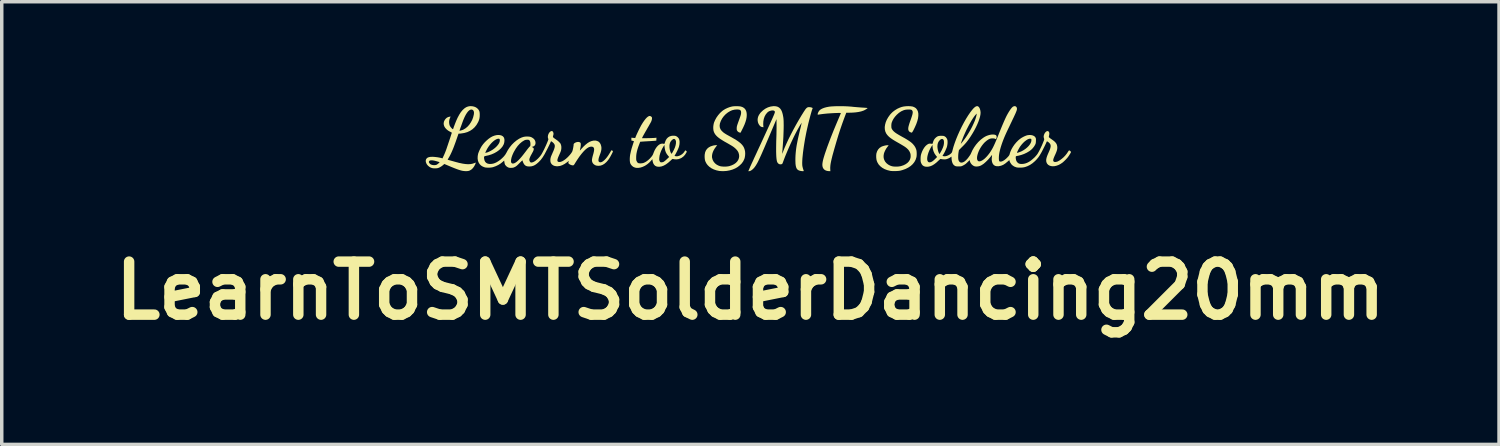
<source format=kicad_pcb>
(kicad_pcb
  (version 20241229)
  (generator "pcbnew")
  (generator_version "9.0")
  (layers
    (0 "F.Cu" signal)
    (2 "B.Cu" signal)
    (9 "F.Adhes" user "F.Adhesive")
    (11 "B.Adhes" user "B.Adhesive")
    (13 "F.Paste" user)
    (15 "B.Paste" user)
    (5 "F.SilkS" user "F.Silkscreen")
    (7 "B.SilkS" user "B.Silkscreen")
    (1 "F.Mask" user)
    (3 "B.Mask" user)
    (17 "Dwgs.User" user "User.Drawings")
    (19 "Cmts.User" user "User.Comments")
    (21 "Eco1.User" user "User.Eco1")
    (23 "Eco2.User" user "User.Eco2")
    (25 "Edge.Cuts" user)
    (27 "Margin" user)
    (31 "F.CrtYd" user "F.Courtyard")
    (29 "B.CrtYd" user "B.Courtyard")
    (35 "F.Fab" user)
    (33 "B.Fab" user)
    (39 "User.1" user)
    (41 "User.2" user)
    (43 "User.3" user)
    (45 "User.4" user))
  (footprint "LearnToSMTSolderDancing20mm"
    (layer "F.Cu")
    (at 18.513 5.302)
    (property "Reference" "LearnToSMTSolderDancing20mm" (at 0 0 0) (layer "F.SilkS") (effects (font (size 1.524 1.524) (thickness 0.3))))
    (attr board_only exclude_from_pos_files exclude_from_bom)
    (fp_poly (pts (xy 2.626 -5.301) (xy 2.707 -5.299) (xy 2.785 -5.296) (xy 2.857 -5.291) (xy 2.907 -5.287) (xy 2.951 -5.282) (xy 3.006 -5.277) (xy 3.066 -5.272) (xy 3.129 -5.267) (xy 3.189 -5.262) (xy 3.245 -5.259) (xy 3.285 -5.256) (xy 3.316 -5.254) (xy 3.342 -5.252) (xy 3.36 -5.249) (xy 3.367 -5.247) (xy 3.367 -5.247) (xy 3.361 -5.239) (xy 3.347 -5.228) (xy 3.326 -5.214) (xy 3.301 -5.199) (xy 3.276 -5.185) (xy 3.252 -5.174) (xy 3.247 -5.172) (xy 3.184 -5.151) (xy 3.11 -5.135) (xy 3.027 -5.123) (xy 2.938 -5.116) (xy 2.844 -5.113) (xy 2.756 -5.113) (xy 2.707 -4.985) (xy 2.648 -4.824) (xy 2.588 -4.651) (xy 2.528 -4.466) (xy 2.468 -4.267) (xy 2.408 -4.06) (xy 2.382 -3.966) (xy 2.359 -3.884) (xy 2.341 -3.812) (xy 2.326 -3.749) (xy 2.314 -3.693) (xy 2.305 -3.645) (xy 2.299 -3.602) (xy 2.296 -3.564) (xy 2.294 -3.529) (xy 2.295 -3.495) (xy 2.295 -3.495) (xy 2.298 -3.433) (xy 2.264 -3.434) (xy 2.237 -3.436) (xy 2.206 -3.441) (xy 2.193 -3.444) (xy 2.151 -3.46) (xy 2.119 -3.483) (xy 2.101 -3.504) (xy 2.087 -3.527) (xy 2.077 -3.552) (xy 2.071 -3.581) (xy 2.068 -3.613) (xy 2.07 -3.651) (xy 2.076 -3.694) (xy 2.086 -3.744) (xy 2.101 -3.802) (xy 2.121 -3.869) (xy 2.145 -3.945) (xy 2.175 -4.031) (xy 2.204 -4.116) (xy 2.237 -4.205) (xy 2.271 -4.296) (xy 2.307 -4.39) (xy 2.346 -4.489) (xy 2.388 -4.595) (xy 2.435 -4.708) (xy 2.486 -4.83) (xy 2.542 -4.962) (xy 2.554 -4.991) (xy 2.569 -5.026) (xy 2.582 -5.057) (xy 2.592 -5.082) (xy 2.598 -5.098) (xy 2.6 -5.104) (xy 2.594 -5.105) (xy 2.576 -5.106) (xy 2.548 -5.106) (xy 2.513 -5.106) (xy 2.472 -5.105) (xy 2.427 -5.103) (xy 2.379 -5.101) (xy 2.331 -5.098) (xy 2.285 -5.095) (xy 2.242 -5.092) (xy 2.212 -5.09) (xy 2.162 -5.085) (xy 2.111 -5.08) (xy 2.062 -5.074) (xy 2.018 -5.068) (xy 1.981 -5.063) (xy 1.954 -5.058) (xy 1.948 -5.057) (xy 1.937 -5.056) (xy 1.934 -5.064) (xy 1.933 -5.072) (xy 1.938 -5.095) (xy 1.95 -5.124) (xy 1.966 -5.153) (xy 1.986 -5.179) (xy 1.99 -5.183) (xy 2.024 -5.21) (xy 2.07 -5.234) (xy 2.124 -5.255) (xy 2.186 -5.272) (xy 2.254 -5.285) (xy 2.267 -5.287) (xy 2.323 -5.293) (xy 2.39 -5.297) (xy 2.465 -5.3) (xy 2.544 -5.301)) (stroke (width 0) (type solid)) (fill yes) (layer "F.SilkS"))
    (fp_poly (pts (xy -0.344 -5.299) (xy -0.305 -5.296) (xy -0.274 -5.291) (xy -0.27 -5.29) (xy -0.218 -5.271) (xy -0.176 -5.243) (xy -0.144 -5.207) (xy -0.121 -5.162) (xy -0.108 -5.108) (xy -0.104 -5.05) (xy -0.108 -4.987) (xy -0.12 -4.92) (xy -0.141 -4.848) (xy -0.17 -4.77) (xy -0.209 -4.684) (xy -0.225 -4.652) (xy -0.282 -4.539) (xy -0.306 -4.542) (xy -0.338 -4.554) (xy -0.367 -4.578) (xy -0.378 -4.593) (xy -0.387 -4.61) (xy -0.392 -4.629) (xy -0.393 -4.657) (xy -0.393 -4.659) (xy -0.393 -4.68) (xy -0.391 -4.699) (xy -0.388 -4.72) (xy -0.382 -4.743) (xy -0.373 -4.772) (xy -0.361 -4.807) (xy -0.345 -4.852) (xy -0.33 -4.893) (xy -0.311 -4.946) (xy -0.296 -4.989) (xy -0.284 -5.023) (xy -0.276 -5.05) (xy -0.271 -5.073) (xy -0.268 -5.092) (xy -0.267 -5.11) (xy -0.267 -5.12) (xy -0.27 -5.152) (xy -0.28 -5.176) (xy -0.298 -5.192) (xy -0.326 -5.202) (xy -0.365 -5.206) (xy -0.384 -5.207) (xy -0.456 -5.201) (xy -0.523 -5.185) (xy -0.577 -5.162) (xy -0.646 -5.121) (xy -0.709 -5.071) (xy -0.765 -5.012) (xy -0.812 -4.947) (xy -0.849 -4.878) (xy -0.875 -4.806) (xy -0.877 -4.795) (xy -0.884 -4.74) (xy -0.878 -4.688) (xy -0.86 -4.64) (xy -0.828 -4.595) (xy -0.783 -4.552) (xy -0.772 -4.543) (xy -0.756 -4.532) (xy -0.74 -4.52) (xy -0.722 -4.509) (xy -0.7 -4.495) (xy -0.674 -4.48) (xy -0.64 -4.461) (xy -0.599 -4.438) (xy -0.548 -4.41) (xy -0.537 -4.404) (xy -0.456 -4.357) (xy -0.386 -4.314) (xy -0.328 -4.273) (xy -0.279 -4.233) (xy -0.24 -4.193) (xy -0.209 -4.153) (xy -0.185 -4.11) (xy -0.168 -4.065) (xy -0.156 -4.017) (xy -0.152 -3.992) (xy -0.149 -3.941) (xy -0.152 -3.886) (xy -0.16 -3.832) (xy -0.173 -3.785) (xy -0.174 -3.784) (xy -0.205 -3.718) (xy -0.248 -3.657) (xy -0.302 -3.603) (xy -0.364 -3.554) (xy -0.434 -3.513) (xy -0.512 -3.48) (xy -0.595 -3.456) (xy -0.683 -3.44) (xy -0.774 -3.434) (xy -0.79 -3.434) (xy -0.824 -3.435) (xy -0.857 -3.437) (xy -0.884 -3.439) (xy -0.897 -3.44) (xy -0.978 -3.458) (xy -1.053 -3.484) (xy -1.121 -3.518) (xy -1.18 -3.56) (xy -1.23 -3.609) (xy -1.269 -3.663) (xy -1.297 -3.723) (xy -1.301 -3.736) (xy -1.308 -3.768) (xy -1.313 -3.808) (xy -1.315 -3.851) (xy -1.314 -3.893) (xy -1.312 -3.915) (xy -1.3 -3.977) (xy -1.276 -4.032) (xy -1.242 -4.078) (xy -1.197 -4.116) (xy -1.142 -4.146) (xy -1.077 -4.167) (xy -1.069 -4.169) (xy -1.039 -4.175) (xy -1.009 -4.179) (xy -0.987 -4.18) (xy -0.953 -4.18) (xy -0.987 -4.138) (xy -1.03 -4.078) (xy -1.064 -4.017) (xy -1.088 -3.956) (xy -1.101 -3.897) (xy -1.104 -3.841) (xy -1.1 -3.816) (xy -1.083 -3.756) (xy -1.054 -3.703) (xy -1.015 -3.657) (xy -0.966 -3.619) (xy -0.909 -3.59) (xy -0.867 -3.576) (xy -0.827 -3.569) (xy -0.778 -3.565) (xy -0.726 -3.564) (xy -0.674 -3.567) (xy -0.626 -3.574) (xy -0.603 -3.579) (xy -0.533 -3.603) (xy -0.471 -3.633) (xy -0.419 -3.67) (xy -0.378 -3.712) (xy -0.348 -3.759) (xy -0.329 -3.811) (xy -0.322 -3.865) (xy -0.327 -3.914) (xy -0.342 -3.967) (xy -0.368 -4.016) (xy -0.407 -4.062) (xy -0.422 -4.077) (xy -0.444 -4.097) (xy -0.465 -4.115) (xy -0.489 -4.133) (xy -0.517 -4.152) (xy -0.551 -4.173) (xy -0.592 -4.197) (xy -0.641 -4.226) (xy -0.673 -4.244) (xy -0.75 -4.287) (xy -0.815 -4.327) (xy -0.871 -4.363) (xy -0.917 -4.397) (xy -0.955 -4.429) (xy -0.986 -4.461) (xy -1.012 -4.493) (xy -1.032 -4.526) (xy -1.047 -4.558) (xy -1.06 -4.599) (xy -1.066 -4.649) (xy -1.067 -4.704) (xy -1.061 -4.76) (xy -1.05 -4.813) (xy -1.046 -4.827) (xy -1.016 -4.899) (xy -0.976 -4.972) (xy -0.927 -5.041) (xy -0.872 -5.105) (xy -0.813 -5.159) (xy -0.779 -5.185) (xy -0.72 -5.221) (xy -0.654 -5.252) (xy -0.586 -5.277) (xy -0.521 -5.293) (xy -0.514 -5.294) (xy -0.477 -5.298) (xy -0.434 -5.301) (xy -0.389 -5.301)) (stroke (width 0) (type solid)) (fill yes) (layer "F.SilkS"))
    (fp_poly (pts (xy 4.593 -5.3) (xy 4.646 -5.293) (xy 4.663 -5.29) (xy 4.693 -5.279) (xy 4.724 -5.264) (xy 4.751 -5.246) (xy 4.762 -5.236) (xy 4.793 -5.195) (xy 4.815 -5.146) (xy 4.826 -5.089) (xy 4.826 -5.025) (xy 4.817 -4.952) (xy 4.797 -4.873) (xy 4.767 -4.787) (xy 4.726 -4.694) (xy 4.687 -4.614) (xy 4.672 -4.587) (xy 4.658 -4.564) (xy 4.647 -4.548) (xy 4.642 -4.542) (xy 4.628 -4.542) (xy 4.608 -4.548) (xy 4.587 -4.558) (xy 4.568 -4.57) (xy 4.56 -4.578) (xy 4.547 -4.598) (xy 4.539 -4.619) (xy 4.536 -4.645) (xy 4.537 -4.675) (xy 4.543 -4.712) (xy 4.555 -4.757) (xy 4.571 -4.81) (xy 4.593 -4.874) (xy 4.6 -4.892) (xy 4.622 -4.954) (xy 4.639 -5.006) (xy 4.652 -5.048) (xy 4.66 -5.082) (xy 4.664 -5.11) (xy 4.665 -5.132) (xy 4.662 -5.15) (xy 4.659 -5.158) (xy 4.65 -5.177) (xy 4.636 -5.191) (xy 4.617 -5.2) (xy 4.59 -5.204) (xy 4.553 -5.205) (xy 4.527 -5.205) (xy 4.486 -5.202) (xy 4.455 -5.198) (xy 4.428 -5.192) (xy 4.405 -5.185) (xy 4.334 -5.153) (xy 4.268 -5.109) (xy 4.206 -5.054) (xy 4.158 -5.001) (xy 4.12 -4.95) (xy 4.089 -4.896) (xy 4.072 -4.857) (xy 4.061 -4.828) (xy 4.055 -4.804) (xy 4.052 -4.78) (xy 4.05 -4.749) (xy 4.05 -4.74) (xy 4.051 -4.708) (xy 4.052 -4.685) (xy 4.056 -4.668) (xy 4.063 -4.652) (xy 4.066 -4.647) (xy 4.081 -4.621) (xy 4.101 -4.596) (xy 4.125 -4.572) (xy 4.156 -4.546) (xy 4.194 -4.519) (xy 4.241 -4.49) (xy 4.297 -4.457) (xy 4.363 -4.42) (xy 4.436 -4.38) (xy 4.498 -4.343) (xy 4.549 -4.31) (xy 4.593 -4.28) (xy 4.63 -4.251) (xy 4.661 -4.222) (xy 4.67 -4.213) (xy 4.715 -4.158) (xy 4.747 -4.103) (xy 4.768 -4.046) (xy 4.77 -4.039) (xy 4.776 -4.001) (xy 4.779 -3.955) (xy 4.779 -3.907) (xy 4.776 -3.862) (xy 4.77 -3.83) (xy 4.747 -3.759) (xy 4.712 -3.695) (xy 4.665 -3.636) (xy 4.607 -3.583) (xy 4.538 -3.537) (xy 4.459 -3.497) (xy 4.369 -3.465) (xy 4.313 -3.45) (xy 4.282 -3.444) (xy 4.241 -3.44) (xy 4.194 -3.437) (xy 4.145 -3.436) (xy 4.097 -3.436) (xy 4.055 -3.438) (xy 4.021 -3.442) (xy 4.016 -3.443) (xy 3.932 -3.464) (xy 3.856 -3.493) (xy 3.79 -3.53) (xy 3.733 -3.575) (xy 3.686 -3.626) (xy 3.651 -3.684) (xy 3.633 -3.727) (xy 3.622 -3.772) (xy 3.616 -3.825) (xy 3.615 -3.879) (xy 3.619 -3.929) (xy 3.623 -3.949) (xy 3.643 -4.008) (xy 3.673 -4.059) (xy 3.713 -4.102) (xy 3.762 -4.134) (xy 3.765 -4.136) (xy 3.797 -4.149) (xy 3.835 -4.161) (xy 3.874 -4.171) (xy 3.911 -4.177) (xy 3.94 -4.179) (xy 3.941 -4.179) (xy 3.974 -4.177) (xy 3.937 -4.13) (xy 3.903 -4.083) (xy 3.874 -4.03) (xy 3.85 -3.977) (xy 3.836 -3.933) (xy 3.827 -3.872) (xy 3.83 -3.813) (xy 3.846 -3.758) (xy 3.872 -3.708) (xy 3.91 -3.663) (xy 3.957 -3.625) (xy 4.013 -3.594) (xy 4.068 -3.575) (xy 4.109 -3.568) (xy 4.159 -3.564) (xy 4.212 -3.564) (xy 4.265 -3.568) (xy 4.313 -3.576) (xy 4.327 -3.579) (xy 4.399 -3.603) (xy 4.461 -3.634) (xy 4.513 -3.671) (xy 4.554 -3.714) (xy 4.583 -3.762) (xy 4.601 -3.816) (xy 4.605 -3.853) (xy 4.604 -3.905) (xy 4.594 -3.952) (xy 4.573 -3.998) (xy 4.559 -4.02) (xy 4.542 -4.044) (xy 4.522 -4.066) (xy 4.498 -4.089) (xy 4.469 -4.113) (xy 4.434 -4.138) (xy 4.391 -4.165) (xy 4.339 -4.196) (xy 4.278 -4.232) (xy 4.237 -4.255) (xy 4.162 -4.298) (xy 4.098 -4.337) (xy 4.045 -4.373) (xy 4 -4.407) (xy 3.964 -4.44) (xy 3.934 -4.473) (xy 3.91 -4.506) (xy 3.9 -4.522) (xy 3.876 -4.577) (xy 3.863 -4.638) (xy 3.861 -4.703) (xy 3.871 -4.771) (xy 3.89 -4.841) (xy 3.92 -4.912) (xy 3.96 -4.982) (xy 4.009 -5.051) (xy 4.035 -5.082) (xy 4.089 -5.135) (xy 4.153 -5.184) (xy 4.223 -5.227) (xy 4.296 -5.26) (xy 4.354 -5.28) (xy 4.409 -5.292) (xy 4.47 -5.299) (xy 4.533 -5.302)) (stroke (width 0) (type solid)) (fill yes) (layer "F.SilkS"))
    (fp_poly (pts (xy -7.997 -5.3) (xy -7.997 -5.3) (xy -7.943 -5.289) (xy -7.9 -5.273) (xy -7.862 -5.25) (xy -7.835 -5.226) (xy -7.811 -5.198) (xy -7.795 -5.17) (xy -7.784 -5.14) (xy -7.779 -5.103) (xy -7.777 -5.057) (xy -7.777 -5.053) (xy -7.779 -4.998) (xy -7.786 -4.95) (xy -7.798 -4.905) (xy -7.817 -4.857) (xy -7.827 -4.837) (xy -7.871 -4.761) (xy -7.924 -4.695) (xy -7.985 -4.639) (xy -8.056 -4.592) (xy -8.134 -4.556) (xy -8.22 -4.531) (xy -8.313 -4.516) (xy -8.332 -4.514) (xy -8.388 -4.51) (xy -8.434 -4.377) (xy -8.47 -4.273) (xy -8.504 -4.181) (xy -8.535 -4.099) (xy -8.565 -4.027) (xy -8.593 -3.963) (xy -8.621 -3.905) (xy -8.648 -3.854) (xy -8.674 -3.809) (xy -8.686 -3.788) (xy -8.695 -3.772) (xy -8.699 -3.764) (xy -8.699 -3.763) (xy -8.692 -3.761) (xy -8.674 -3.755) (xy -8.647 -3.747) (xy -8.613 -3.738) (xy -8.575 -3.727) (xy -8.534 -3.716) (xy -8.492 -3.704) (xy -8.452 -3.693) (xy -8.416 -3.684) (xy -8.385 -3.675) (xy -8.361 -3.669) (xy -8.353 -3.668) (xy -8.264 -3.649) (xy -8.184 -3.638) (xy -8.114 -3.633) (xy -8.051 -3.636) (xy -7.995 -3.645) (xy -7.948 -3.66) (xy -7.923 -3.669) (xy -7.903 -3.676) (xy -7.892 -3.679) (xy -7.89 -3.679) (xy -7.891 -3.672) (xy -7.897 -3.656) (xy -7.905 -3.635) (xy -7.907 -3.63) (xy -7.938 -3.571) (xy -7.974 -3.521) (xy -8.015 -3.482) (xy -8.061 -3.454) (xy -8.089 -3.443) (xy -8.125 -3.436) (xy -8.17 -3.434) (xy -8.219 -3.436) (xy -8.27 -3.443) (xy -8.287 -3.446) (xy -8.328 -3.457) (xy -8.377 -3.472) (xy -8.435 -3.492) (xy -8.502 -3.518) (xy -8.58 -3.549) (xy -8.653 -3.58) (xy -8.795 -3.64) (xy -8.839 -3.602) (xy -8.867 -3.58) (xy -8.9 -3.559) (xy -8.93 -3.542) (xy -8.932 -3.541) (xy -8.958 -3.53) (xy -8.98 -3.522) (xy -9.003 -3.518) (xy -9.033 -3.515) (xy -9.046 -3.515) (xy -9.101 -3.515) (xy -9.148 -3.522) (xy -9.19 -3.538) (xy -9.225 -3.558) (xy -9.263 -3.589) (xy -9.293 -3.624) (xy -9.314 -3.662) (xy -9.325 -3.695) (xy -9.24 -3.695) (xy -9.235 -3.679) (xy -9.221 -3.659) (xy -9.202 -3.64) (xy -9.18 -3.625) (xy -9.176 -3.623) (xy -9.14 -3.612) (xy -9.1 -3.606) (xy -9.06 -3.607) (xy -9.025 -3.615) (xy -9.012 -3.62) (xy -8.999 -3.629) (xy -8.98 -3.643) (xy -8.961 -3.659) (xy -8.947 -3.67) (xy -8.937 -3.679) (xy -8.933 -3.686) (xy -8.937 -3.692) (xy -8.948 -3.697) (xy -8.968 -3.704) (xy -8.999 -3.713) (xy -9.036 -3.724) (xy -9.094 -3.738) (xy -9.143 -3.745) (xy -9.183 -3.745) (xy -9.212 -3.738) (xy -9.231 -3.723) (xy -9.239 -3.701) (xy -9.24 -3.695) (xy -9.325 -3.695) (xy -9.327 -3.701) (xy -9.329 -3.738) (xy -9.32 -3.772) (xy -9.316 -3.78) (xy -9.297 -3.805) (xy -9.271 -3.824) (xy -9.237 -3.836) (xy -9.195 -3.844) (xy -9.141 -3.846) (xy -9.103 -3.845) (xy -9.05 -3.84) (xy -8.992 -3.833) (xy -8.935 -3.823) (xy -8.884 -3.811) (xy -8.869 -3.807) (xy -8.848 -3.801) (xy -8.815 -3.872) (xy -8.799 -3.907) (xy -8.781 -3.949) (xy -8.763 -3.993) (xy -8.748 -4.033) (xy -8.739 -4.057) (xy -8.728 -4.089) (xy -8.715 -4.128) (xy -8.7 -4.172) (xy -8.684 -4.22) (xy -8.667 -4.27) (xy -8.65 -4.32) (xy -8.634 -4.369) (xy -8.619 -4.414) (xy -8.606 -4.455) (xy -8.595 -4.49) (xy -8.586 -4.516) (xy -8.581 -4.533) (xy -8.58 -4.539) (xy -8.586 -4.544) (xy -8.601 -4.552) (xy -8.622 -4.564) (xy -8.634 -4.569) (xy -8.682 -4.597) (xy -8.36 -4.597) (xy -8.354 -4.595) (xy -8.339 -4.598) (xy -8.318 -4.603) (xy -8.293 -4.611) (xy -8.268 -4.619) (xy -8.247 -4.628) (xy -8.243 -4.63) (xy -8.184 -4.666) (xy -8.128 -4.713) (xy -8.077 -4.77) (xy -8.033 -4.835) (xy -7.995 -4.905) (xy -7.967 -4.98) (xy -7.948 -5.056) (xy -7.944 -5.085) (xy -7.943 -5.125) (xy -7.951 -5.158) (xy -7.967 -5.184) (xy -7.989 -5.199) (xy -8.017 -5.205) (xy -8.044 -5.2) (xy -8.077 -5.183) (xy -8.11 -5.153) (xy -8.144 -5.11) (xy -8.178 -5.056) (xy -8.212 -4.99) (xy -8.245 -4.914) (xy -8.247 -4.909) (xy -8.254 -4.892) (xy -8.263 -4.867) (xy -8.275 -4.835) (xy -8.288 -4.798) (xy -8.302 -4.76) (xy -8.316 -4.721) (xy -8.33 -4.684) (xy -8.341 -4.651) (xy -8.351 -4.624) (xy -8.357 -4.606) (xy -8.36 -4.597) (xy -8.36 -4.597) (xy -8.682 -4.597) (xy -8.686 -4.599) (xy -8.731 -4.636) (xy -8.769 -4.677) (xy -8.793 -4.715) (xy -8.81 -4.763) (xy -8.814 -4.811) (xy -8.805 -4.858) (xy -8.783 -4.904) (xy -8.761 -4.934) (xy -8.726 -4.967) (xy -8.687 -4.988) (xy -8.646 -4.998) (xy -8.612 -5.002) (xy -8.63 -4.969) (xy -8.647 -4.923) (xy -8.657 -4.872) (xy -8.657 -4.82) (xy -8.649 -4.771) (xy -8.637 -4.736) (xy -8.625 -4.717) (xy -8.609 -4.695) (xy -8.591 -4.674) (xy -8.573 -4.656) (xy -8.558 -4.643) (xy -8.55 -4.64) (xy -8.543 -4.646) (xy -8.536 -4.66) (xy -8.534 -4.668) (xy -8.523 -4.702) (xy -8.507 -4.744) (xy -8.489 -4.792) (xy -8.469 -4.842) (xy -8.449 -4.891) (xy -8.429 -4.935) (xy -8.413 -4.97) (xy -8.367 -5.056) (xy -8.32 -5.129) (xy -8.271 -5.188) (xy -8.221 -5.235) (xy -8.169 -5.27) (xy -8.114 -5.292) (xy -8.057 -5.302)) (stroke (width 0) (type solid)) (fill yes) (layer "F.SilkS"))
    (fp_poly (pts (xy 0.731 -5.298) (xy 0.779 -5.286) (xy 0.82 -5.264) (xy 0.855 -5.233) (xy 0.885 -5.191) (xy 0.909 -5.138) (xy 0.928 -5.074) (xy 0.943 -4.998) (xy 0.948 -4.967) (xy 0.952 -4.927) (xy 0.955 -4.876) (xy 0.956 -4.815) (xy 0.957 -4.746) (xy 0.956 -4.67) (xy 0.954 -4.589) (xy 0.951 -4.505) (xy 0.948 -4.42) (xy 0.943 -4.335) (xy 0.938 -4.263) (xy 0.934 -4.206) (xy 0.93 -4.152) (xy 0.926 -4.101) (xy 0.923 -4.056) (xy 0.92 -4.019) (xy 0.918 -3.992) (xy 0.917 -3.98) (xy 0.915 -3.93) (xy 0.935 -3.983) (xy 0.98 -4.098) (xy 1.034 -4.22) (xy 1.094 -4.35) (xy 1.161 -4.484) (xy 1.233 -4.622) (xy 1.309 -4.761) (xy 1.348 -4.83) (xy 1.473 -4.83) (xy 1.477 -4.827) (xy 1.48 -4.83) (xy 1.477 -4.833) (xy 1.473 -4.83) (xy 1.348 -4.83) (xy 1.389 -4.901) (xy 1.471 -5.039) (xy 1.499 -5.083) (xy 1.531 -5.135) (xy 1.559 -5.177) (xy 1.581 -5.21) (xy 1.601 -5.234) (xy 1.618 -5.251) (xy 1.635 -5.263) (xy 1.651 -5.269) (xy 1.669 -5.273) (xy 1.686 -5.273) (xy 1.714 -5.272) (xy 1.741 -5.267) (xy 1.765 -5.26) (xy 1.782 -5.252) (xy 1.79 -5.244) (xy 1.789 -5.24) (xy 1.776 -5.207) (xy 1.761 -5.161) (xy 1.745 -5.106) (xy 1.727 -5.042) (xy 1.708 -4.971) (xy 1.688 -4.895) (xy 1.668 -4.816) (xy 1.649 -4.734) (xy 1.63 -4.651) (xy 1.612 -4.569) (xy 1.596 -4.49) (xy 1.591 -4.463) (xy 1.571 -4.36) (xy 1.554 -4.257) (xy 1.538 -4.157) (xy 1.524 -4.06) (xy 1.512 -3.969) (xy 1.503 -3.883) (xy 1.495 -3.804) (xy 1.491 -3.734) (xy 1.489 -3.673) (xy 1.49 -3.622) (xy 1.493 -3.584) (xy 1.493 -3.583) (xy 1.5 -3.551) (xy 1.509 -3.516) (xy 1.517 -3.489) (xy 1.525 -3.466) (xy 1.531 -3.448) (xy 1.533 -3.438) (xy 1.533 -3.438) (xy 1.527 -3.435) (xy 1.512 -3.433) (xy 1.489 -3.434) (xy 1.464 -3.437) (xy 1.439 -3.441) (xy 1.439 -3.441) (xy 1.402 -3.451) (xy 1.371 -3.466) (xy 1.346 -3.487) (xy 1.327 -3.514) (xy 1.313 -3.55) (xy 1.303 -3.594) (xy 1.296 -3.649) (xy 1.294 -3.716) (xy 1.293 -3.753) (xy 1.294 -3.822) (xy 1.297 -3.89) (xy 1.302 -3.957) (xy 1.309 -4.027) (xy 1.318 -4.099) (xy 1.33 -4.176) (xy 1.346 -4.259) (xy 1.364 -4.349) (xy 1.386 -4.447) (xy 1.411 -4.556) (xy 1.44 -4.673) (xy 1.45 -4.714) (xy 1.458 -4.751) (xy 1.465 -4.781) (xy 1.47 -4.803) (xy 1.471 -4.815) (xy 1.471 -4.816) (xy 1.467 -4.814) (xy 1.458 -4.801) (xy 1.444 -4.779) (xy 1.426 -4.75) (xy 1.405 -4.715) (xy 1.383 -4.675) (xy 1.359 -4.633) (xy 1.335 -4.588) (xy 1.311 -4.543) (xy 1.291 -4.505) (xy 1.25 -4.423) (xy 1.208 -4.334) (xy 1.164 -4.24) (xy 1.12 -4.143) (xy 1.078 -4.046) (xy 1.038 -3.951) (xy 1.001 -3.862) (xy 0.969 -3.78) (xy 0.95 -3.728) (xy 0.937 -3.693) (xy 0.928 -3.669) (xy 0.92 -3.653) (xy 0.914 -3.643) (xy 0.907 -3.638) (xy 0.898 -3.635) (xy 0.893 -3.633) (xy 0.856 -3.629) (xy 0.823 -3.638) (xy 0.796 -3.658) (xy 0.774 -3.688) (xy 0.763 -3.717) (xy 0.756 -3.751) (xy 0.75 -3.795) (xy 0.745 -3.851) (xy 0.742 -3.917) (xy 0.74 -3.995) (xy 0.74 -4.084) (xy 0.741 -4.186) (xy 0.743 -4.301) (xy 0.747 -4.423) (xy 0.749 -4.484) (xy 0.75 -4.549) (xy 0.751 -4.615) (xy 0.752 -4.679) (xy 0.752 -4.735) (xy 0.752 -4.779) (xy 0.75 -4.929) (xy 0.561 -4.483) (xy 0.511 -4.366) (xy 0.466 -4.261) (xy 0.426 -4.167) (xy 0.39 -4.083) (xy 0.357 -4.008) (xy 0.328 -3.941) (xy 0.302 -3.883) (xy 0.278 -3.831) (xy 0.257 -3.786) (xy 0.238 -3.746) (xy 0.221 -3.711) (xy 0.205 -3.68) (xy 0.19 -3.653) (xy 0.175 -3.628) (xy 0.161 -3.604) (xy 0.147 -3.583) (xy 0.113 -3.536) (xy 0.077 -3.497) (xy 0.04 -3.466) (xy 0.004 -3.444) (xy -0.029 -3.434) (xy -0.04 -3.433) (xy -0.059 -3.433) (xy -0.036 -3.488) (xy -0.025 -3.514) (xy -0.015 -3.536) (xy -0.009 -3.55) (xy -0.008 -3.553) (xy -0.005 -3.561) (xy 0.003 -3.579) (xy 0.017 -3.608) (xy 0.034 -3.647) (xy 0.056 -3.693) (xy 0.081 -3.747) (xy 0.108 -3.808) (xy 0.139 -3.874) (xy 0.172 -3.945) (xy 0.206 -4.02) (xy 0.22 -4.05) (xy 0.282 -4.183) (xy 0.338 -4.304) (xy 0.389 -4.415) (xy 0.435 -4.515) (xy 0.476 -4.605) (xy 0.513 -4.685) (xy 0.546 -4.757) (xy 0.575 -4.821) (xy 0.6 -4.876) (xy 0.622 -4.925) (xy 0.641 -4.967) (xy 0.656 -5.003) (xy 0.669 -5.033) (xy 0.68 -5.058) (xy 0.688 -5.079) (xy 0.694 -5.096) (xy 0.699 -5.109) (xy 0.701 -5.12) (xy 0.703 -5.128) (xy 0.704 -5.135) (xy 0.703 -5.14) (xy 0.702 -5.145) (xy 0.702 -5.147) (xy 0.691 -5.164) (xy 0.67 -5.175) (xy 0.641 -5.179) (xy 0.605 -5.176) (xy 0.583 -5.171) (xy 0.547 -5.159) (xy 0.518 -5.144) (xy 0.49 -5.121) (xy 0.481 -5.112) (xy 0.44 -5.061) (xy 0.408 -5.002) (xy 0.385 -4.935) (xy 0.372 -4.861) (xy 0.369 -4.784) (xy 0.37 -4.76) (xy 0.375 -4.695) (xy 0.344 -4.701) (xy 0.316 -4.707) (xy 0.297 -4.716) (xy 0.279 -4.731) (xy 0.268 -4.743) (xy 0.236 -4.789) (xy 0.216 -4.841) (xy 0.208 -4.898) (xy 0.209 -4.936) (xy 0.22 -4.991) (xy 0.245 -5.047) (xy 0.283 -5.102) (xy 0.304 -5.126) (xy 0.366 -5.184) (xy 0.433 -5.231) (xy 0.505 -5.267) (xy 0.58 -5.29) (xy 0.657 -5.301) (xy 0.677 -5.302)) (stroke (width 0) (type solid)) (fill yes) (layer "F.SilkS"))
    (fp_poly (pts (xy -2.872 -5.015) (xy -2.851 -5.003) (xy -2.835 -4.987) (xy -2.829 -4.976) (xy -2.827 -4.946) (xy -2.833 -4.909) (xy -2.846 -4.87) (xy -2.854 -4.852) (xy -2.863 -4.835) (xy -2.877 -4.809) (xy -2.897 -4.775) (xy -2.919 -4.735) (xy -2.944 -4.692) (xy -2.97 -4.647) (xy -2.971 -4.644) (xy -3.009 -4.579) (xy -3.041 -4.522) (xy -3.068 -4.474) (xy -3.089 -4.436) (xy -3.103 -4.407) (xy -3.112 -4.389) (xy -3.113 -4.383) (xy -3.107 -4.381) (xy -3.089 -4.381) (xy -3.062 -4.381) (xy -3.028 -4.381) (xy -2.989 -4.381) (xy -2.946 -4.382) (xy -2.902 -4.383) (xy -2.859 -4.384) (xy -2.819 -4.386) (xy -2.783 -4.387) (xy -2.755 -4.389) (xy -2.735 -4.39) (xy -2.731 -4.391) (xy -2.699 -4.395) (xy -2.701 -4.353) (xy -2.703 -4.31) (xy -2.753 -4.306) (xy -2.776 -4.304) (xy -2.809 -4.302) (xy -2.849 -4.299) (xy -2.893 -4.296) (xy -2.937 -4.294) (xy -2.981 -4.291) (xy -3.025 -4.289) (xy -3.064 -4.286) (xy -3.096 -4.284) (xy -3.118 -4.282) (xy -3.166 -4.279) (xy -3.192 -4.211) (xy -3.223 -4.129) (xy -3.246 -4.057) (xy -3.263 -3.991) (xy -3.275 -3.929) (xy -3.281 -3.87) (xy -3.282 -3.826) (xy -3.282 -3.792) (xy -3.281 -3.767) (xy -3.279 -3.749) (xy -3.274 -3.734) (xy -3.267 -3.718) (xy -3.266 -3.717) (xy -3.251 -3.69) (xy -3.234 -3.672) (xy -3.212 -3.662) (xy -3.183 -3.658) (xy -3.158 -3.657) (xy -3.11 -3.661) (xy -3.065 -3.672) (xy -3.021 -3.693) (xy -2.988 -3.713) (xy -2.937 -3.751) (xy -2.904 -3.782) (xy -2.62 -3.782) (xy -2.619 -3.76) (xy -2.616 -3.744) (xy -2.611 -3.729) (xy -2.608 -3.722) (xy -2.598 -3.705) (xy -2.588 -3.693) (xy -2.585 -3.691) (xy -2.562 -3.687) (xy -2.533 -3.689) (xy -2.504 -3.697) (xy -2.494 -3.702) (xy -2.478 -3.712) (xy -2.455 -3.73) (xy -2.428 -3.752) (xy -2.401 -3.777) (xy -2.399 -3.779) (xy -2.334 -3.841) (xy -2.366 -3.879) (xy -2.404 -3.928) (xy -2.431 -3.979) (xy -2.45 -4.034) (xy -2.462 -4.097) (xy -2.466 -4.131) (xy -2.469 -4.168) (xy -2.326 -4.168) (xy -2.325 -4.113) (xy -2.317 -4.056) (xy -2.302 -3.999) (xy -2.29 -3.97) (xy -2.281 -3.951) (xy -2.272 -3.937) (xy -2.268 -3.933) (xy -2.262 -3.939) (xy -2.251 -3.953) (xy -2.238 -3.973) (xy -2.235 -3.978) (xy -2.197 -4.049) (xy -2.168 -4.115) (xy -2.149 -4.177) (xy -2.139 -4.233) (xy -2.138 -4.282) (xy -2.14 -4.296) (xy -2.151 -4.328) (xy -2.167 -4.35) (xy -2.189 -4.359) (xy -2.197 -4.36) (xy -2.218 -4.354) (xy -2.241 -4.339) (xy -2.266 -4.317) (xy -2.288 -4.29) (xy -2.304 -4.262) (xy -2.319 -4.219) (xy -2.326 -4.168) (xy -2.469 -4.168) (xy -2.47 -4.187) (xy -2.493 -4.152) (xy -2.532 -4.085) (xy -2.566 -4.015) (xy -2.592 -3.945) (xy -2.61 -3.878) (xy -2.618 -3.815) (xy -2.618 -3.813) (xy -2.62 -3.782) (xy -2.904 -3.782) (xy -2.892 -3.792) (xy -2.848 -3.842) (xy -2.846 -3.844) (xy -2.823 -3.874) (xy -2.806 -3.902) (xy -2.792 -3.933) (xy -2.783 -3.958) (xy -2.756 -4.023) (xy -2.725 -4.08) (xy -2.691 -4.129) (xy -2.654 -4.169) (xy -2.616 -4.199) (xy -2.577 -4.218) (xy -2.538 -4.225) (xy -2.524 -4.225) (xy -2.502 -4.222) (xy -2.485 -4.218) (xy -2.48 -4.217) (xy -2.473 -4.217) (xy -2.467 -4.226) (xy -2.46 -4.245) (xy -2.458 -4.254) (xy -2.435 -4.314) (xy -2.406 -4.364) (xy -2.368 -4.403) (xy -2.323 -4.431) (xy -2.272 -4.447) (xy -2.236 -4.452) (xy -2.188 -4.452) (xy -2.149 -4.446) (xy -2.117 -4.431) (xy -2.088 -4.409) (xy -2.086 -4.406) (xy -2.063 -4.381) (xy -2.049 -4.354) (xy -2.043 -4.336) (xy -2.035 -4.294) (xy -2.035 -4.245) (xy -2.04 -4.192) (xy -2.052 -4.14) (xy -2.056 -4.125) (xy -2.068 -4.094) (xy -2.084 -4.056) (xy -2.104 -4.013) (xy -2.126 -3.97) (xy -2.147 -3.931) (xy -2.163 -3.902) (xy -2.181 -3.873) (xy -2.163 -3.867) (xy -2.128 -3.86) (xy -2.088 -3.863) (xy -2.046 -3.875) (xy -2.003 -3.895) (xy -1.962 -3.922) (xy -1.927 -3.954) (xy -1.898 -3.991) (xy -1.871 -4.033) (xy -1.852 -4.021) (xy -1.836 -4.01) (xy -1.829 -3.999) (xy -1.832 -3.984) (xy -1.84 -3.966) (xy -1.878 -3.905) (xy -1.924 -3.855) (xy -1.977 -3.816) (xy -2.007 -3.801) (xy -2.065 -3.78) (xy -2.127 -3.772) (xy -2.188 -3.775) (xy -2.225 -3.784) (xy -2.234 -3.784) (xy -2.243 -3.781) (xy -2.257 -3.771) (xy -2.276 -3.754) (xy -2.295 -3.735) (xy -2.362 -3.676) (xy -2.427 -3.628) (xy -2.49 -3.593) (xy -2.551 -3.57) (xy -2.61 -3.56) (xy -2.665 -3.562) (xy -2.703 -3.571) (xy -2.739 -3.59) (xy -2.769 -3.621) (xy -2.792 -3.661) (xy -2.807 -3.711) (xy -2.812 -3.741) (xy -2.817 -3.779) (xy -2.856 -3.733) (xy -2.909 -3.677) (xy -2.967 -3.629) (xy -3.028 -3.589) (xy -3.092 -3.559) (xy -3.155 -3.538) (xy -3.217 -3.528) (xy -3.277 -3.529) (xy -3.315 -3.536) (xy -3.363 -3.556) (xy -3.403 -3.587) (xy -3.435 -3.627) (xy -3.448 -3.65) (xy -3.459 -3.686) (xy -3.465 -3.732) (xy -3.466 -3.786) (xy -3.463 -3.844) (xy -3.455 -3.906) (xy -3.45 -3.93) (xy -3.433 -4.007) (xy -3.413 -4.085) (xy -3.387 -4.167) (xy -3.37 -4.22) (xy -3.361 -4.248) (xy -3.353 -4.272) (xy -3.348 -4.288) (xy -3.347 -4.294) (xy -3.353 -4.297) (xy -3.368 -4.302) (xy -3.383 -4.306) (xy -3.42 -4.314) (xy -3.42 -4.395) (xy -3.31 -4.386) (xy -3.291 -4.434) (xy -3.275 -4.472) (xy -3.254 -4.518) (xy -3.23 -4.569) (xy -3.205 -4.621) (xy -3.179 -4.672) (xy -3.155 -4.718) (xy -3.135 -4.756) (xy -3.13 -4.764) (xy -3.088 -4.832) (xy -3.047 -4.891) (xy -3.009 -4.939) (xy -2.973 -4.977) (xy -2.94 -5.003) (xy -2.911 -5.017) (xy -2.893 -5.02)) (stroke (width 0) (type solid)) (fill yes) (layer "F.SilkS"))
    (fp_poly (pts (xy -5.69 -4.582) (xy -5.674 -4.567) (xy -5.674 -4.566) (xy -5.661 -4.537) (xy -5.657 -4.507) (xy -5.662 -4.473) (xy -5.666 -4.461) (xy -5.672 -4.441) (xy -5.674 -4.425) (xy -5.67 -4.412) (xy -5.661 -4.399) (xy -5.643 -4.384) (xy -5.617 -4.365) (xy -5.598 -4.352) (xy -5.541 -4.311) (xy -5.498 -4.273) (xy -5.467 -4.239) (xy -5.456 -4.224) (xy -5.442 -4.188) (xy -5.433 -4.145) (xy -5.432 -4.097) (xy -5.434 -4.074) (xy -5.437 -4.052) (xy -5.441 -4.033) (xy -5.446 -4.013) (xy -5.455 -3.99) (xy -5.466 -3.962) (xy -5.482 -3.927) (xy -5.5 -3.887) (xy -5.523 -3.834) (xy -5.538 -3.791) (xy -5.546 -3.758) (xy -5.546 -3.733) (xy -5.539 -3.715) (xy -5.525 -3.703) (xy -5.519 -3.701) (xy -5.486 -3.696) (xy -5.448 -3.702) (xy -5.405 -3.719) (xy -5.358 -3.746) (xy -5.308 -3.782) (xy -5.257 -3.828) (xy -5.255 -3.829) (xy -5.219 -3.866) (xy -5.186 -3.903) (xy -5.156 -3.94) (xy -5.133 -3.974) (xy -5.118 -4.001) (xy -5.115 -4.009) (xy -5.113 -4.017) (xy -4.907 -4.017) (xy -4.903 -4.013) (xy -4.9 -4.017) (xy -4.903 -4.02) (xy -4.907 -4.017) (xy -5.113 -4.017) (xy -5.107 -4.035) (xy -5.099 -4.068) (xy -5.092 -4.104) (xy -5.086 -4.14) (xy -5.081 -4.17) (xy -5.08 -4.19) (xy -5.078 -4.211) (xy -5.071 -4.224) (xy -5.058 -4.236) (xy -5.024 -4.257) (xy -4.988 -4.269) (xy -4.953 -4.274) (xy -4.921 -4.271) (xy -4.895 -4.259) (xy -4.882 -4.247) (xy -4.876 -4.232) (xy -4.874 -4.206) (xy -4.875 -4.173) (xy -4.879 -4.135) (xy -4.886 -4.095) (xy -4.887 -4.092) (xy -4.893 -4.066) (xy -4.897 -4.044) (xy -4.898 -4.032) (xy -4.898 -4.029) (xy -4.893 -4.033) (xy -4.881 -4.045) (xy -4.865 -4.064) (xy -4.845 -4.086) (xy -4.794 -4.141) (xy -4.741 -4.191) (xy -4.687 -4.234) (xy -4.671 -4.246) (xy -4.617 -4.278) (xy -4.562 -4.299) (xy -4.509 -4.311) (xy -4.457 -4.313) (xy -4.41 -4.304) (xy -4.369 -4.286) (xy -4.347 -4.269) (xy -4.321 -4.238) (xy -4.3 -4.198) (xy -4.287 -4.153) (xy -4.281 -4.115) (xy -4.281 -4.079) (xy -4.284 -4.044) (xy -4.292 -4.006) (xy -4.304 -3.962) (xy -4.323 -3.911) (xy -4.328 -3.897) (xy -4.345 -3.85) (xy -4.357 -3.812) (xy -4.363 -3.781) (xy -4.365 -3.766) (xy -4.366 -3.741) (xy -4.365 -3.726) (xy -4.361 -3.715) (xy -4.352 -3.705) (xy -4.351 -3.704) (xy -4.329 -3.69) (xy -4.302 -3.688) (xy -4.271 -3.697) (xy -4.237 -3.717) (xy -4.201 -3.746) (xy -4.162 -3.785) (xy -4.122 -3.833) (xy -4.082 -3.889) (xy -4.042 -3.953) (xy -4.017 -3.995) (xy -4.003 -4.019) (xy -3.992 -4.032) (xy -3.982 -4.034) (xy -3.97 -4.027) (xy -3.958 -4.014) (xy -3.953 -4.009) (xy -3.951 -4.002) (xy -3.952 -3.994) (xy -3.957 -3.98) (xy -3.967 -3.96) (xy -3.981 -3.932) (xy -3.989 -3.916) (xy -4.021 -3.857) (xy -4.05 -3.808) (xy -4.077 -3.767) (xy -4.105 -3.732) (xy -4.134 -3.699) (xy -4.143 -3.69) (xy -4.195 -3.645) (xy -4.248 -3.614) (xy -4.302 -3.594) (xy -4.359 -3.587) (xy -4.367 -3.587) (xy -4.42 -3.592) (xy -4.464 -3.607) (xy -4.502 -3.634) (xy -4.508 -3.639) (xy -4.53 -3.666) (xy -4.544 -3.695) (xy -4.552 -3.729) (xy -4.552 -3.769) (xy -4.544 -3.816) (xy -4.53 -3.873) (xy -4.524 -3.893) (xy -4.507 -3.954) (xy -4.496 -4.004) (xy -4.49 -4.044) (xy -4.491 -4.076) (xy -4.498 -4.101) (xy -4.511 -4.119) (xy -4.522 -4.127) (xy -4.548 -4.137) (xy -4.581 -4.138) (xy -4.618 -4.131) (xy -4.651 -4.118) (xy -4.697 -4.089) (xy -4.745 -4.049) (xy -4.797 -3.996) (xy -4.852 -3.932) (xy -4.91 -3.857) (xy -4.969 -3.771) (xy -5.024 -3.685) (xy -5.044 -3.652) (xy -5.059 -3.629) (xy -5.07 -3.614) (xy -5.079 -3.606) (xy -5.087 -3.602) (xy -5.095 -3.6) (xy -5.101 -3.6) (xy -5.131 -3.604) (xy -5.164 -3.615) (xy -5.194 -3.63) (xy -5.217 -3.647) (xy -5.227 -3.659) (xy -5.231 -3.671) (xy -5.23 -3.686) (xy -5.222 -3.708) (xy -5.215 -3.726) (xy -5.219 -3.725) (xy -5.23 -3.718) (xy -5.249 -3.705) (xy -5.267 -3.691) (xy -5.336 -3.642) (xy -5.403 -3.607) (xy -5.468 -3.584) (xy -5.533 -3.575) (xy -5.57 -3.575) (xy -5.62 -3.582) (xy -5.661 -3.597) (xy -5.695 -3.62) (xy -5.713 -3.638) (xy -5.736 -3.674) (xy -5.747 -3.717) (xy -5.748 -3.767) (xy -5.747 -3.781) (xy -5.743 -3.804) (xy -5.738 -3.825) (xy -5.732 -3.847) (xy -5.722 -3.872) (xy -5.709 -3.903) (xy -5.691 -3.943) (xy -5.686 -3.956) (xy -5.659 -4.016) (xy -5.64 -4.066) (xy -5.627 -4.107) (xy -5.621 -4.142) (xy -5.621 -4.171) (xy -5.627 -4.196) (xy -5.64 -4.219) (xy -5.658 -4.241) (xy -5.659 -4.242) (xy -5.676 -4.258) (xy -5.694 -4.273) (xy -5.712 -4.285) (xy -5.725 -4.292) (xy -5.73 -4.292) (xy -5.733 -4.286) (xy -5.74 -4.27) (xy -5.749 -4.248) (xy -5.75 -4.247) (xy -5.761 -4.222) (xy -5.777 -4.188) (xy -5.797 -4.148) (xy -5.819 -4.103) (xy -5.843 -4.056) (xy -5.867 -4.01) (xy -5.89 -3.966) (xy -5.91 -3.928) (xy -5.915 -3.919) (xy -5.968 -3.832) (xy -6.024 -3.757) (xy -6.085 -3.693) (xy -6.085 -3.693) (xy -6.139 -3.646) (xy -6.189 -3.611) (xy -6.239 -3.587) (xy -6.289 -3.573) (xy -6.342 -3.568) (xy -6.363 -3.568) (xy -6.407 -3.572) (xy -6.44 -3.581) (xy -6.468 -3.597) (xy -6.493 -3.621) (xy -6.496 -3.624) (xy -6.51 -3.645) (xy -6.524 -3.671) (xy -6.536 -3.699) (xy -6.544 -3.724) (xy -6.547 -3.739) (xy -6.548 -3.743) (xy -6.554 -3.741) (xy -6.564 -3.734) (xy -6.58 -3.719) (xy -6.604 -3.696) (xy -6.635 -3.665) (xy -6.635 -3.665) (xy -6.669 -3.631) (xy -6.696 -3.605) (xy -6.718 -3.586) (xy -6.737 -3.572) (xy -6.755 -3.56) (xy -6.77 -3.553) (xy -6.798 -3.54) (xy -6.821 -3.533) (xy -6.847 -3.53) (xy -6.87 -3.529) (xy -6.898 -3.529) (xy -6.922 -3.53) (xy -6.938 -3.532) (xy -6.94 -3.533) (xy -6.98 -3.551) (xy -7.016 -3.578) (xy -7.043 -3.61) (xy -7.051 -3.622) (xy -7.057 -3.638) (xy -7.063 -3.662) (xy -7.068 -3.689) (xy -7.068 -3.69) (xy -7.073 -3.72) (xy -6.88 -3.72) (xy -6.875 -3.688) (xy -6.862 -3.666) (xy -6.842 -3.654) (xy -6.815 -3.653) (xy -6.783 -3.661) (xy -6.751 -3.678) (xy -6.72 -3.699) (xy -6.688 -3.727) (xy -6.652 -3.761) (xy -6.613 -3.803) (xy -6.57 -3.853) (xy -6.522 -3.913) (xy -6.468 -3.983) (xy -6.455 -4) (xy -6.427 -4.037) (xy -6.401 -4.071) (xy -6.377 -4.1) (xy -6.359 -4.123) (xy -6.346 -4.137) (xy -6.34 -4.142) (xy -6.33 -4.15) (xy -6.324 -4.164) (xy -6.321 -4.187) (xy -6.32 -4.216) (xy -6.324 -4.261) (xy -6.334 -4.297) (xy -6.352 -4.321) (xy -6.362 -4.33) (xy -6.375 -4.334) (xy -6.394 -4.336) (xy -6.416 -4.336) (xy -6.446 -4.335) (xy -6.469 -4.33) (xy -6.493 -4.321) (xy -6.5 -4.317) (xy -6.564 -4.277) (xy -6.626 -4.224) (xy -6.685 -4.16) (xy -6.74 -4.084) (xy -6.791 -3.997) (xy -6.807 -3.967) (xy -6.839 -3.895) (xy -6.863 -3.827) (xy -6.876 -3.765) (xy -6.88 -3.72) (xy -7.073 -3.72) (xy -7.076 -3.739) (xy -7.113 -3.705) (xy -7.174 -3.655) (xy -7.243 -3.612) (xy -7.316 -3.577) (xy -7.389 -3.551) (xy -7.42 -3.543) (xy -7.458 -3.538) (xy -7.5 -3.534) (xy -7.545 -3.534) (xy -7.586 -3.536) (xy -7.621 -3.54) (xy -7.63 -3.542) (xy -7.689 -3.564) (xy -7.739 -3.595) (xy -7.779 -3.635) (xy -7.809 -3.682) (xy -7.829 -3.736) (xy -7.838 -3.797) (xy -7.836 -3.864) (xy -7.824 -3.933) (xy -7.815 -3.959) (xy -7.62 -3.959) (xy -7.595 -3.964) (xy -7.573 -3.969) (xy -7.548 -3.977) (xy -7.538 -3.981) (xy -7.467 -4.014) (xy -7.399 -4.055) (xy -7.337 -4.102) (xy -7.283 -4.154) (xy -7.24 -4.208) (xy -7.218 -4.246) (xy -7.205 -4.282) (xy -7.2 -4.317) (xy -7.2 -4.324) (xy -7.203 -4.348) (xy -7.212 -4.361) (xy -7.23 -4.366) (xy -7.237 -4.367) (xy -7.274 -4.361) (xy -7.314 -4.343) (xy -7.357 -4.316) (xy -7.401 -4.28) (xy -7.445 -4.237) (xy -7.488 -4.187) (xy -7.528 -4.133) (xy -7.565 -4.074) (xy -7.596 -4.013) (xy -7.609 -3.985) (xy -7.62 -3.959) (xy -7.815 -3.959) (xy -7.812 -3.968) (xy -7.795 -4.01) (xy -7.774 -4.056) (xy -7.751 -4.101) (xy -7.727 -4.143) (xy -7.715 -4.161) (xy -7.676 -4.214) (xy -7.629 -4.267) (xy -7.577 -4.317) (xy -7.523 -4.363) (xy -7.469 -4.401) (xy -7.418 -4.43) (xy -7.416 -4.431) (xy -7.357 -4.454) (xy -7.301 -4.468) (xy -7.248 -4.473) (xy -7.199 -4.47) (xy -7.155 -4.459) (xy -7.119 -4.44) (xy -7.092 -4.413) (xy -7.079 -4.39) (xy -7.069 -4.353) (xy -7.067 -4.309) (xy -7.072 -4.263) (xy -7.084 -4.217) (xy -7.091 -4.2) (xy -7.123 -4.142) (xy -7.168 -4.088) (xy -7.222 -4.038) (xy -7.286 -3.992) (xy -7.358 -3.951) (xy -7.436 -3.917) (xy -7.519 -3.89) (xy -7.598 -3.873) (xy -7.625 -3.867) (xy -7.642 -3.86) (xy -7.651 -3.849) (xy -7.654 -3.83) (xy -7.652 -3.802) (xy -7.651 -3.793) (xy -7.641 -3.744) (xy -7.621 -3.703) (xy -7.592 -3.673) (xy -7.554 -3.652) (xy -7.508 -3.641) (xy -7.48 -3.64) (xy -7.431 -3.643) (xy -7.385 -3.652) (xy -7.337 -3.669) (xy -7.293 -3.69) (xy -7.237 -3.724) (xy -7.182 -3.764) (xy -7.13 -3.81) (xy -7.083 -3.858) (xy -7.044 -3.907) (xy -7.015 -3.955) (xy -7.01 -3.964) (xy -6.968 -4.042) (xy -6.916 -4.119) (xy -6.857 -4.192) (xy -6.791 -4.258) (xy -6.721 -4.316) (xy -6.65 -4.363) (xy -6.633 -4.372) (xy -6.577 -4.399) (xy -6.524 -4.417) (xy -6.472 -4.427) (xy -6.414 -4.429) (xy -6.413 -4.429) (xy -6.365 -4.427) (xy -6.326 -4.421) (xy -6.291 -4.408) (xy -6.257 -4.388) (xy -6.241 -4.377) (xy -6.212 -4.35) (xy -6.191 -4.317) (xy -6.178 -4.281) (xy -6.174 -4.245) (xy -6.178 -4.211) (xy -6.191 -4.181) (xy -6.213 -4.157) (xy -6.228 -4.148) (xy -6.249 -4.139) (xy -6.268 -4.134) (xy -6.274 -4.133) (xy -6.283 -4.133) (xy -6.283 -4.13) (xy -6.271 -4.124) (xy -6.269 -4.123) (xy -6.247 -4.11) (xy -6.232 -4.096) (xy -6.225 -4.08) (xy -6.225 -4.059) (xy -6.232 -4.033) (xy -6.246 -3.999) (xy -6.269 -3.957) (xy -6.28 -3.936) (xy -6.308 -3.886) (xy -6.328 -3.845) (xy -6.342 -3.811) (xy -6.35 -3.784) (xy -6.353 -3.76) (xy -6.35 -3.74) (xy -6.343 -3.72) (xy -6.342 -3.718) (xy -6.328 -3.695) (xy -6.309 -3.683) (xy -6.284 -3.682) (xy -6.253 -3.69) (xy -6.219 -3.705) (xy -6.183 -3.727) (xy -6.144 -3.759) (xy -6.103 -3.796) (xy -6.064 -3.838) (xy -6.029 -3.881) (xy -6.013 -3.903) (xy -5.995 -3.932) (xy -5.974 -3.97) (xy -5.95 -4.016) (xy -5.924 -4.067) (xy -5.899 -4.121) (xy -5.874 -4.174) (xy -5.852 -4.225) (xy -5.833 -4.27) (xy -5.831 -4.275) (xy -5.818 -4.308) (xy -5.81 -4.331) (xy -5.806 -4.346) (xy -5.805 -4.357) (xy -5.807 -4.364) (xy -5.81 -4.369) (xy -5.817 -4.386) (xy -5.82 -4.414) (xy -5.82 -4.424) (xy -5.816 -4.459) (xy -5.806 -4.492) (xy -5.791 -4.523) (xy -5.773 -4.549) (xy -5.752 -4.569) (xy -5.73 -4.582) (xy -5.709 -4.587)) (stroke (width 0) (type solid)) (fill yes) (layer "F.SilkS"))
    (fp_poly (pts (xy 7.626 -5.294) (xy 7.645 -5.277) (xy 7.657 -5.252) (xy 7.66 -5.23) (xy 7.66 -5.22) (xy 7.659 -5.21) (xy 7.657 -5.2) (xy 7.654 -5.187) (xy 7.65 -5.172) (xy 7.643 -5.154) (xy 7.634 -5.132) (xy 7.623 -5.104) (xy 7.608 -5.071) (xy 7.59 -5.032) (xy 7.568 -4.984) (xy 7.541 -4.929) (xy 7.511 -4.865) (xy 7.475 -4.79) (xy 7.435 -4.705) (xy 7.408 -4.65) (xy 7.364 -4.557) (xy 7.326 -4.473) (xy 7.293 -4.396) (xy 7.264 -4.323) (xy 7.238 -4.253) (xy 7.217 -4.192) (xy 7.192 -4.113) (xy 7.173 -4.043) (xy 7.158 -3.981) (xy 7.148 -3.924) (xy 7.142 -3.869) (xy 7.14 -3.814) (xy 7.14 -3.807) (xy 7.141 -3.768) (xy 7.145 -3.741) (xy 7.151 -3.723) (xy 7.162 -3.713) (xy 7.177 -3.708) (xy 7.181 -3.708) (xy 7.216 -3.711) (xy 7.256 -3.726) (xy 7.298 -3.752) (xy 7.344 -3.788) (xy 7.39 -3.833) (xy 7.397 -3.841) (xy 7.42 -3.866) (xy 7.434 -3.886) (xy 7.444 -3.903) (xy 7.45 -3.922) (xy 7.452 -3.931) (xy 7.463 -3.966) (xy 7.662 -3.966) (xy 7.664 -3.962) (xy 7.673 -3.961) (xy 7.689 -3.966) (xy 7.716 -3.974) (xy 7.726 -3.978) (xy 7.788 -4.003) (xy 7.847 -4.035) (xy 7.902 -4.072) (xy 7.952 -4.113) (xy 7.996 -4.157) (xy 8.031 -4.202) (xy 8.057 -4.247) (xy 8.072 -4.291) (xy 8.075 -4.317) (xy 8.075 -4.343) (xy 8.069 -4.358) (xy 8.055 -4.365) (xy 8.033 -4.367) (xy 8.001 -4.361) (xy 7.963 -4.345) (xy 7.923 -4.319) (xy 7.88 -4.286) (xy 7.837 -4.245) (xy 7.795 -4.198) (xy 7.756 -4.147) (xy 7.748 -4.136) (xy 7.733 -4.112) (xy 7.716 -4.082) (xy 7.698 -4.049) (xy 7.683 -4.018) (xy 7.67 -3.992) (xy 7.664 -3.975) (xy 7.662 -3.966) (xy 7.463 -3.966) (xy 7.473 -3.995) (xy 7.503 -4.063) (xy 7.543 -4.132) (xy 7.589 -4.199) (xy 7.642 -4.262) (xy 7.698 -4.319) (xy 7.75 -4.362) (xy 7.794 -4.392) (xy 7.842 -4.419) (xy 7.89 -4.442) (xy 7.935 -4.459) (xy 7.965 -4.467) (xy 8.017 -4.473) (xy 8.066 -4.471) (xy 8.111 -4.461) (xy 8.149 -4.444) (xy 8.178 -4.421) (xy 8.192 -4.4) (xy 8.199 -4.385) (xy 8.204 -4.37) (xy 8.206 -4.352) (xy 8.206 -4.327) (xy 8.205 -4.303) (xy 8.204 -4.271) (xy 8.201 -4.247) (xy 8.197 -4.227) (xy 8.189 -4.207) (xy 8.177 -4.183) (xy 8.149 -4.138) (xy 8.112 -4.091) (xy 8.067 -4.047) (xy 8.017 -4.009) (xy 8.014 -4.007) (xy 7.943 -3.965) (xy 7.865 -3.928) (xy 7.783 -3.899) (xy 7.703 -3.878) (xy 7.677 -3.873) (xy 7.652 -3.869) (xy 7.636 -3.864) (xy 7.628 -3.855) (xy 7.625 -3.841) (xy 7.625 -3.817) (xy 7.626 -3.8) (xy 7.634 -3.754) (xy 7.651 -3.713) (xy 7.678 -3.679) (xy 7.711 -3.655) (xy 7.716 -3.653) (xy 7.751 -3.643) (xy 7.794 -3.64) (xy 7.842 -3.643) (xy 7.893 -3.653) (xy 7.942 -3.67) (xy 7.959 -3.677) (xy 8.01 -3.704) (xy 8.064 -3.741) (xy 8.118 -3.786) (xy 8.171 -3.834) (xy 8.217 -3.886) (xy 8.236 -3.909) (xy 8.254 -3.935) (xy 8.275 -3.971) (xy 8.3 -4.016) (xy 8.325 -4.066) (xy 8.351 -4.12) (xy 8.377 -4.175) (xy 8.4 -4.23) (xy 8.416 -4.269) (xy 8.429 -4.301) (xy 8.437 -4.324) (xy 8.442 -4.34) (xy 8.443 -4.352) (xy 8.441 -4.363) (xy 8.438 -4.375) (xy 8.437 -4.377) (xy 8.428 -4.411) (xy 8.428 -4.441) (xy 8.436 -4.474) (xy 8.437 -4.478) (xy 8.453 -4.515) (xy 8.473 -4.545) (xy 8.496 -4.568) (xy 8.519 -4.582) (xy 8.541 -4.586) (xy 8.561 -4.58) (xy 8.573 -4.569) (xy 8.587 -4.543) (xy 8.591 -4.51) (xy 8.586 -4.471) (xy 8.584 -4.464) (xy 8.579 -4.441) (xy 8.576 -4.422) (xy 8.577 -4.412) (xy 8.584 -4.404) (xy 8.6 -4.39) (xy 8.622 -4.373) (xy 8.649 -4.354) (xy 8.652 -4.352) (xy 8.704 -4.315) (xy 8.745 -4.281) (xy 8.775 -4.248) (xy 8.797 -4.215) (xy 8.81 -4.181) (xy 8.817 -4.143) (xy 8.819 -4.131) (xy 8.819 -4.094) (xy 8.814 -4.057) (xy 8.804 -4.018) (xy 8.787 -3.972) (xy 8.766 -3.923) (xy 8.742 -3.871) (xy 8.724 -3.828) (xy 8.711 -3.794) (xy 8.704 -3.768) (xy 8.701 -3.748) (xy 8.703 -3.732) (xy 8.708 -3.719) (xy 8.713 -3.713) (xy 8.73 -3.701) (xy 8.756 -3.697) (xy 8.787 -3.7) (xy 8.821 -3.709) (xy 8.835 -3.715) (xy 8.889 -3.745) (xy 8.944 -3.785) (xy 8.999 -3.832) (xy 9.049 -3.884) (xy 9.093 -3.939) (xy 9.105 -3.957) (xy 9.125 -3.988) (xy 9.14 -4.01) (xy 9.15 -4.024) (xy 9.158 -4.03) (xy 9.164 -4.03) (xy 9.172 -4.026) (xy 9.182 -4.019) (xy 9.185 -4.016) (xy 9.201 -4.003) (xy 9.211 -3.991) (xy 9.213 -3.986) (xy 9.21 -3.974) (xy 9.2 -3.954) (xy 9.185 -3.929) (xy 9.167 -3.9) (xy 9.148 -3.87) (xy 9.128 -3.843) (xy 9.115 -3.825) (xy 9.087 -3.793) (xy 9.054 -3.758) (xy 9.018 -3.723) (xy 8.984 -3.692) (xy 8.963 -3.675) (xy 8.907 -3.638) (xy 8.851 -3.609) (xy 8.794 -3.589) (xy 8.739 -3.577) (xy 8.686 -3.574) (xy 8.637 -3.58) (xy 8.594 -3.594) (xy 8.557 -3.616) (xy 8.528 -3.648) (xy 8.516 -3.669) (xy 8.504 -3.702) (xy 8.5 -3.738) (xy 8.502 -3.777) (xy 8.512 -3.822) (xy 8.529 -3.874) (xy 8.554 -3.935) (xy 8.557 -3.941) (xy 8.583 -4) (xy 8.603 -4.048) (xy 8.617 -4.088) (xy 8.625 -4.121) (xy 8.629 -4.149) (xy 8.628 -4.173) (xy 8.623 -4.194) (xy 8.617 -4.209) (xy 8.602 -4.231) (xy 8.58 -4.254) (xy 8.553 -4.275) (xy 8.535 -4.286) (xy 8.526 -4.29) (xy 8.519 -4.287) (xy 8.513 -4.277) (xy 8.505 -4.259) (xy 8.493 -4.231) (xy 8.476 -4.195) (xy 8.455 -4.152) (xy 8.432 -4.106) (xy 8.408 -4.058) (xy 8.384 -4.011) (xy 8.361 -3.968) (xy 8.355 -3.958) (xy 8.315 -3.889) (xy 8.274 -3.829) (xy 8.23 -3.776) (xy 8.18 -3.724) (xy 8.179 -3.723) (xy 8.108 -3.662) (xy 8.036 -3.613) (xy 7.961 -3.576) (xy 7.896 -3.553) (xy 7.859 -3.544) (xy 7.814 -3.538) (xy 7.765 -3.535) (xy 7.718 -3.535) (xy 7.675 -3.538) (xy 7.64 -3.544) (xy 7.636 -3.546) (xy 7.581 -3.567) (xy 7.536 -3.597) (xy 7.507 -3.623) (xy 7.49 -3.645) (xy 7.473 -3.672) (xy 7.458 -3.698) (xy 7.449 -3.721) (xy 7.447 -3.734) (xy 7.445 -3.744) (xy 7.44 -3.747) (xy 7.43 -3.742) (xy 7.414 -3.729) (xy 7.39 -3.708) (xy 7.386 -3.705) (xy 7.325 -3.654) (xy 7.264 -3.615) (xy 7.203 -3.59) (xy 7.142 -3.577) (xy 7.127 -3.575) (xy 7.075 -3.576) (xy 7.031 -3.587) (xy 6.997 -3.608) (xy 6.97 -3.639) (xy 6.953 -3.672) (xy 6.941 -3.715) (xy 6.935 -3.762) (xy 6.937 -3.815) (xy 6.939 -3.836) (xy 6.942 -3.863) (xy 6.944 -3.884) (xy 6.945 -3.896) (xy 6.944 -3.898) (xy 6.939 -3.894) (xy 6.929 -3.882) (xy 6.914 -3.863) (xy 6.904 -3.85) (xy 6.875 -3.815) (xy 6.841 -3.776) (xy 6.803 -3.737) (xy 6.764 -3.699) (xy 6.727 -3.666) (xy 6.696 -3.64) (xy 6.692 -3.638) (xy 6.645 -3.607) (xy 6.603 -3.586) (xy 6.563 -3.574) (xy 6.52 -3.568) (xy 6.519 -3.568) (xy 6.484 -3.567) (xy 6.456 -3.571) (xy 6.432 -3.577) (xy 6.397 -3.596) (xy 6.364 -3.623) (xy 6.337 -3.656) (xy 6.317 -3.692) (xy 6.307 -3.728) (xy 6.307 -3.74) (xy 6.306 -3.745) (xy 6.302 -3.747) (xy 6.294 -3.742) (xy 6.281 -3.731) (xy 6.261 -3.712) (xy 6.241 -3.693) (xy 6.21 -3.663) (xy 6.184 -3.64) (xy 6.159 -3.623) (xy 6.133 -3.608) (xy 6.117 -3.599) (xy 6.091 -3.586) (xy 6.071 -3.578) (xy 6.054 -3.573) (xy 6.035 -3.571) (xy 6.01 -3.57) (xy 5.984 -3.57) (xy 5.949 -3.57) (xy 5.924 -3.572) (xy 5.906 -3.575) (xy 5.89 -3.58) (xy 5.879 -3.585) (xy 5.845 -3.609) (xy 5.818 -3.644) (xy 5.799 -3.689) (xy 5.786 -3.744) (xy 5.782 -3.788) (xy 5.778 -3.853) (xy 5.757 -3.837) (xy 5.722 -3.814) (xy 5.681 -3.795) (xy 5.64 -3.78) (xy 5.612 -3.774) (xy 5.574 -3.772) (xy 5.532 -3.774) (xy 5.492 -3.779) (xy 5.475 -3.784) (xy 5.467 -3.784) (xy 5.457 -3.781) (xy 5.444 -3.771) (xy 5.425 -3.755) (xy 5.401 -3.732) (xy 5.34 -3.676) (xy 5.282 -3.632) (xy 5.226 -3.598) (xy 5.173 -3.576) (xy 5.119 -3.563) (xy 5.073 -3.56) (xy 5.023 -3.564) (xy 4.982 -3.578) (xy 4.949 -3.601) (xy 4.922 -3.635) (xy 4.907 -3.668) (xy 4.899 -3.688) (xy 4.895 -3.706) (xy 4.892 -3.726) (xy 4.891 -3.752) (xy 4.891 -3.787) (xy 4.891 -3.79) (xy 4.891 -3.796) (xy 5.08 -3.796) (xy 5.082 -3.758) (xy 5.09 -3.729) (xy 5.104 -3.706) (xy 5.109 -3.701) (xy 5.128 -3.689) (xy 5.155 -3.687) (xy 5.186 -3.693) (xy 5.219 -3.709) (xy 5.228 -3.715) (xy 5.249 -3.73) (xy 5.274 -3.751) (xy 5.301 -3.776) (xy 5.315 -3.79) (xy 5.366 -3.841) (xy 5.332 -3.882) (xy 5.292 -3.94) (xy 5.262 -4.006) (xy 5.242 -4.077) (xy 5.236 -4.132) (xy 5.374 -4.132) (xy 5.382 -4.067) (xy 5.383 -4.062) (xy 5.394 -4.015) (xy 5.407 -3.976) (xy 5.421 -3.947) (xy 5.424 -3.941) (xy 5.435 -3.925) (xy 5.458 -3.964) (xy 5.473 -3.991) (xy 5.491 -4.022) (xy 5.504 -4.048) (xy 5.532 -4.11) (xy 5.551 -4.166) (xy 5.561 -4.219) (xy 5.563 -4.253) (xy 5.562 -4.288) (xy 5.558 -4.312) (xy 5.552 -4.33) (xy 5.551 -4.332) (xy 5.535 -4.351) (xy 5.513 -4.359) (xy 5.487 -4.356) (xy 5.46 -4.34) (xy 5.449 -4.332) (xy 5.415 -4.293) (xy 5.39 -4.246) (xy 5.377 -4.192) (xy 5.374 -4.132) (xy 5.236 -4.132) (xy 5.234 -4.149) (xy 5.233 -4.157) (xy 5.233 -4.19) (xy 5.209 -4.153) (xy 5.173 -4.091) (xy 5.141 -4.027) (xy 5.115 -3.962) (xy 5.096 -3.9) (xy 5.084 -3.842) (xy 5.08 -3.796) (xy 4.891 -3.796) (xy 4.892 -3.83) (xy 4.895 -3.863) (xy 4.899 -3.891) (xy 4.907 -3.921) (xy 4.909 -3.929) (xy 4.933 -3.996) (xy 4.963 -4.057) (xy 4.997 -4.112) (xy 5.035 -4.158) (xy 5.075 -4.193) (xy 5.112 -4.215) (xy 5.128 -4.221) (xy 5.143 -4.224) (xy 5.161 -4.225) (xy 5.185 -4.223) (xy 5.218 -4.219) (xy 5.222 -4.218) (xy 5.23 -4.22) (xy 5.237 -4.229) (xy 5.243 -4.249) (xy 5.244 -4.253) (xy 5.259 -4.299) (xy 5.277 -4.337) (xy 5.302 -4.371) (xy 5.313 -4.383) (xy 5.344 -4.411) (xy 5.374 -4.431) (xy 5.408 -4.443) (xy 5.449 -4.449) (xy 5.483 -4.45) (xy 5.516 -4.449) (xy 5.54 -4.448) (xy 5.558 -4.444) (xy 5.575 -4.438) (xy 5.582 -4.434) (xy 5.614 -4.412) (xy 5.64 -4.379) (xy 5.658 -4.339) (xy 5.661 -4.33) (xy 5.665 -4.301) (xy 5.666 -4.264) (xy 5.664 -4.222) (xy 5.658 -4.18) (xy 5.65 -4.141) (xy 5.645 -4.123) (xy 5.624 -4.071) (xy 5.599 -4.014) (xy 5.572 -3.96) (xy 5.548 -3.918) (xy 5.52 -3.873) (xy 5.537 -3.867) (xy 5.569 -3.861) (xy 5.608 -3.863) (xy 5.65 -3.874) (xy 5.692 -3.892) (xy 5.732 -3.915) (xy 5.767 -3.944) (xy 5.775 -3.952) (xy 5.788 -3.969) (xy 5.798 -3.994) (xy 5.807 -4.027) (xy 5.835 -4.131) (xy 5.865 -4.223) (xy 6.048 -4.223) (xy 6.05 -4.222) (xy 6.058 -4.231) (xy 6.063 -4.237) (xy 6.074 -4.25) (xy 6.091 -4.271) (xy 6.111 -4.296) (xy 6.13 -4.321) (xy 6.183 -4.393) (xy 6.234 -4.47) (xy 6.284 -4.551) (xy 6.331 -4.633) (xy 6.374 -4.715) (xy 6.412 -4.796) (xy 6.445 -4.872) (xy 6.471 -4.944) (xy 6.49 -5.009) (xy 6.5 -5.055) (xy 6.505 -5.088) (xy 6.479 -5.062) (xy 6.454 -5.034) (xy 6.425 -4.996) (xy 6.392 -4.948) (xy 6.357 -4.892) (xy 6.321 -4.83) (xy 6.283 -4.763) (xy 6.246 -4.692) (xy 6.209 -4.62) (xy 6.175 -4.547) (xy 6.145 -4.48) (xy 6.131 -4.448) (xy 6.116 -4.411) (xy 6.1 -4.371) (xy 6.085 -4.331) (xy 6.071 -4.294) (xy 6.06 -4.262) (xy 6.052 -4.239) (xy 6.05 -4.233) (xy 6.048 -4.223) (xy 5.865 -4.223) (xy 5.871 -4.241) (xy 5.914 -4.357) (xy 5.963 -4.476) (xy 6.017 -4.596) (xy 6.075 -4.715) (xy 6.135 -4.829) (xy 6.197 -4.938) (xy 6.26 -5.039) (xy 6.322 -5.129) (xy 6.33 -5.139) (xy 6.37 -5.191) (xy 6.405 -5.232) (xy 6.436 -5.262) (xy 6.464 -5.284) (xy 6.49 -5.297) (xy 6.515 -5.302) (xy 6.519 -5.302) (xy 6.541 -5.296) (xy 6.563 -5.279) (xy 6.582 -5.252) (xy 6.597 -5.218) (xy 6.608 -5.177) (xy 6.614 -5.133) (xy 6.615 -5.113) (xy 6.611 -5.061) (xy 6.599 -5) (xy 6.579 -4.932) (xy 6.553 -4.857) (xy 6.52 -4.778) (xy 6.481 -4.695) (xy 6.437 -4.61) (xy 6.388 -4.525) (xy 6.335 -4.44) (xy 6.318 -4.414) (xy 6.276 -4.353) (xy 6.236 -4.299) (xy 6.197 -4.25) (xy 6.154 -4.202) (xy 6.105 -4.151) (xy 6.088 -4.135) (xy 5.993 -4.039) (xy 5.982 -3.978) (xy 5.975 -3.928) (xy 5.972 -3.878) (xy 5.971 -3.83) (xy 5.973 -3.789) (xy 5.979 -3.756) (xy 5.982 -3.745) (xy 6 -3.712) (xy 6.024 -3.69) (xy 6.052 -3.68) (xy 6.084 -3.681) (xy 6.12 -3.693) (xy 6.158 -3.715) (xy 6.197 -3.749) (xy 6.237 -3.792) (xy 6.259 -3.819) (xy 6.287 -3.858) (xy 6.309 -3.889) (xy 6.325 -3.915) (xy 6.336 -3.938) (xy 6.343 -3.953) (xy 6.381 -4.036) (xy 6.429 -4.118) (xy 6.485 -4.197) (xy 6.548 -4.27) (xy 6.616 -4.335) (xy 6.687 -4.39) (xy 6.732 -4.419) (xy 6.78 -4.444) (xy 6.831 -4.463) (xy 6.882 -4.477) (xy 6.93 -4.485) (xy 6.975 -4.487) (xy 7.014 -4.483) (xy 7.046 -4.473) (xy 7.065 -4.459) (xy 7.074 -4.44) (xy 7.077 -4.415) (xy 7.074 -4.39) (xy 7.065 -4.369) (xy 7.062 -4.366) (xy 7.052 -4.357) (xy 7.044 -4.356) (xy 7.031 -4.363) (xy 7.03 -4.364) (xy 7.01 -4.372) (xy 6.982 -4.375) (xy 6.949 -4.376) (xy 6.916 -4.373) (xy 6.887 -4.366) (xy 6.881 -4.365) (xy 6.837 -4.343) (xy 6.79 -4.31) (xy 6.741 -4.268) (xy 6.726 -4.254) (xy 6.686 -4.209) (xy 6.648 -4.159) (xy 6.614 -4.107) (xy 6.584 -4.054) (xy 6.559 -4) (xy 6.539 -3.947) (xy 6.524 -3.896) (xy 6.515 -3.85) (xy 6.512 -3.808) (xy 6.516 -3.772) (xy 6.527 -3.744) (xy 6.545 -3.724) (xy 6.555 -3.719) (xy 6.582 -3.715) (xy 6.616 -3.721) (xy 6.654 -3.738) (xy 6.694 -3.764) (xy 6.738 -3.799) (xy 6.782 -3.843) (xy 6.815 -3.88) (xy 6.849 -3.922) (xy 6.88 -3.963) (xy 6.909 -4.007) (xy 6.937 -4.054) (xy 6.966 -4.105) (xy 6.994 -4.162) (xy 7.024 -4.227) (xy 7.056 -4.301) (xy 7.091 -4.384) (xy 7.119 -4.453) (xy 7.163 -4.564) (xy 7.203 -4.662) (xy 7.239 -4.749) (xy 7.272 -4.826) (xy 7.301 -4.892) (xy 7.327 -4.95) (xy 7.332 -4.961) (xy 7.362 -5.023) (xy 7.394 -5.082) (xy 7.427 -5.138) (xy 7.459 -5.187) (xy 7.489 -5.229) (xy 7.517 -5.262) (xy 7.541 -5.284) (xy 7.543 -5.285) (xy 7.572 -5.299) (xy 7.6 -5.302)) (stroke (width 0) (type solid)) (fill yes) (layer "F.SilkS")))
  (gr_rect
    (start -3 -3)
    (end 40.026 9.72)
    (stroke (width 0.1) (type default))
    (fill no)
    (layer "Edge.Cuts")))
</source>
